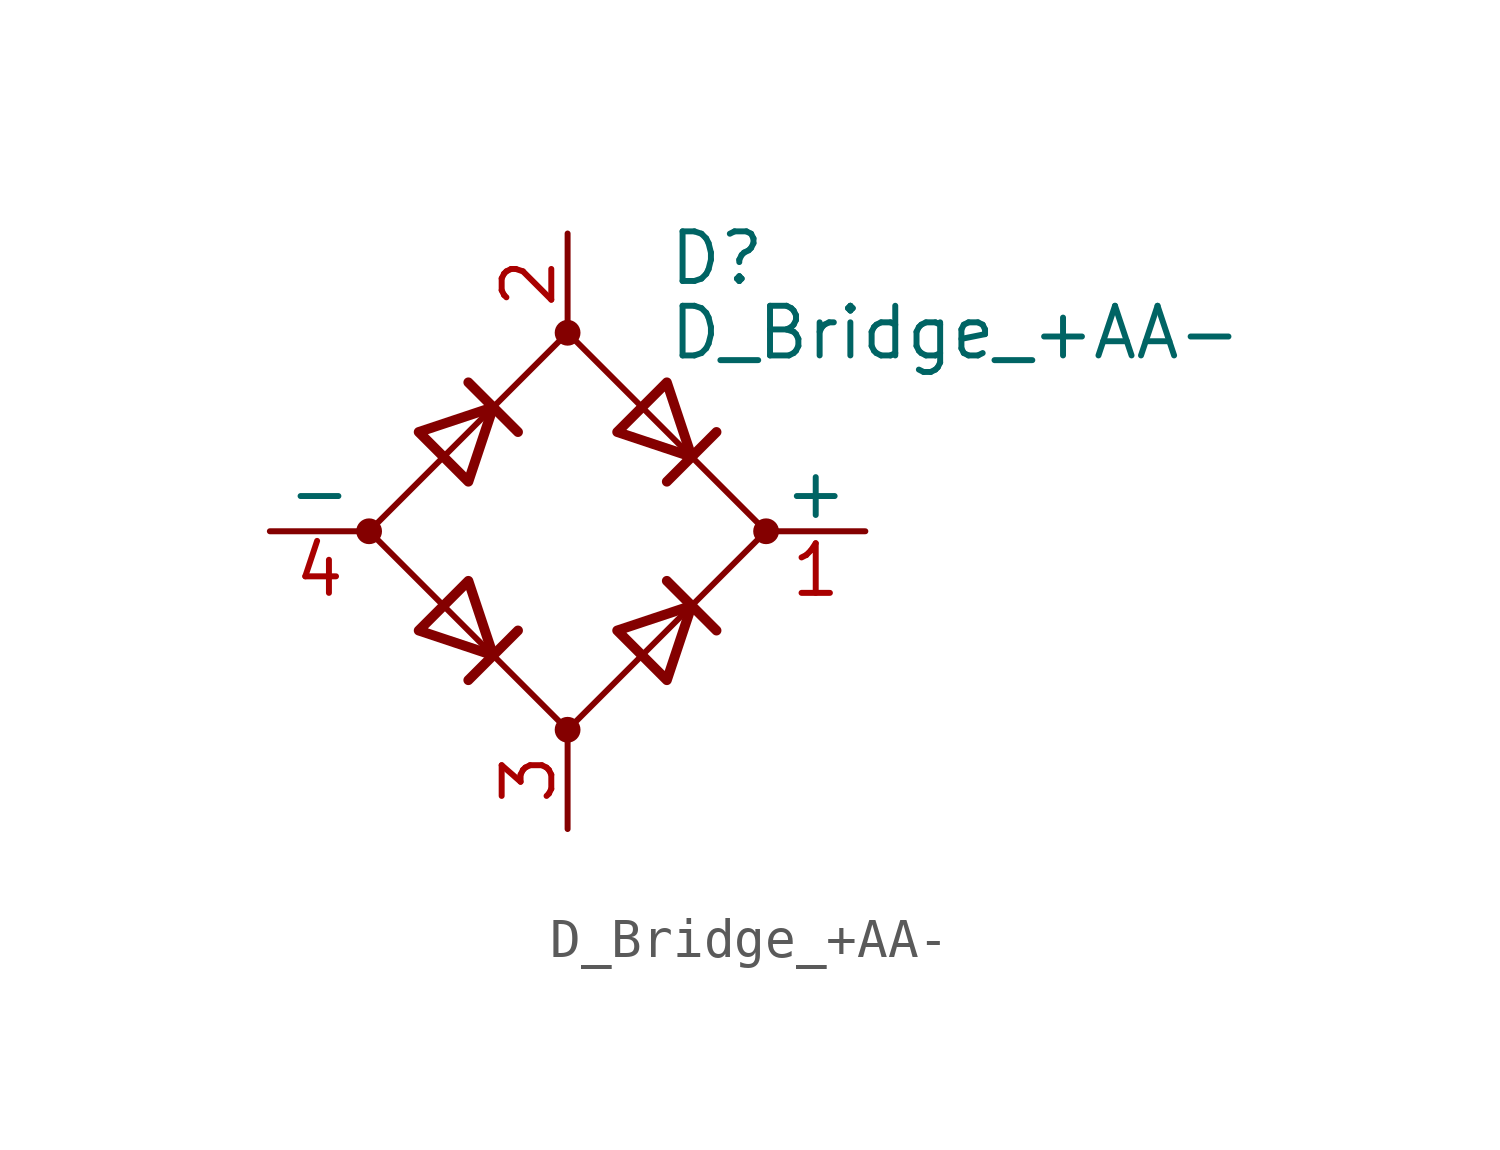
<source format=kicad_sym>
(kicad_symbol_lib
  (version 20211014)
  (generator kicad_symbol_editor)
  (symbol "D_Bridge_+AA-"
    (pin_names
      (offset 0))
    (property "Reference" "D"
      (at 2.54 6.985 0)
      (effects (font (size 1.27 1.27)) (justify left)))
    (property "Value" "D_Bridge_+AA-"
      (at 2.54 5.08 0)
      (effects (font (size 1.27 1.27)) (justify left)))
    (symbol "D_Bridge_+AA-_0_1"
      (circle (center -5.08 0) (radius 0.254) (stroke (width 0) (type default) (color 0 0 0 0)) (fill (type outline)))
      (circle (center 0 -5.08) (radius 0.254) (stroke (width 0) (type default) (color 0 0 0 0)) (fill (type outline)))
      (polyline (pts (xy -2.54 3.81) (xy -1.27 2.54)) (stroke (width 0.254) (type default) (color 0 0 0 0)) (fill (type none)))
      (polyline (pts (xy -1.27 -2.54) (xy -2.54 -3.81)) (stroke (width 0.254) (type default) (color 0 0 0 0)) (fill (type none)))
      (polyline (pts (xy 2.54 -1.27) (xy 3.81 -2.54)) (stroke (width 0.254) (type default) (color 0 0 0 0)) (fill (type none)))
      (polyline (pts (xy 2.54 1.27) (xy 3.81 2.54)) (stroke (width 0.254) (type default) (color 0 0 0 0)) (fill (type none)))
      (polyline (pts (xy -3.81 2.54) (xy -2.54 1.27) (xy -1.905 3.175) (xy -3.81 2.54)) (stroke (width 0.254) (type default) (color 0 0 0 0)) (fill (type none)))
      (polyline (pts (xy -2.54 -1.27) (xy -3.81 -2.54) (xy -1.905 -3.175) (xy -2.54 -1.27)) (stroke (width 0.254) (type default) (color 0 0 0 0)) (fill (type none)))
      (polyline (pts (xy 1.27 2.54) (xy 2.54 3.81) (xy 3.175 1.905) (xy 1.27 2.54)) (stroke (width 0.254) (type default) (color 0 0 0 0)) (fill (type none)))
      (polyline (pts (xy 3.175 -1.905) (xy 1.27 -2.54) (xy 2.54 -3.81) (xy 3.175 -1.905)) (stroke (width 0.254) (type default) (color 0 0 0 0)) (fill (type none)))
      (polyline (pts (xy -5.08 0) (xy 0 -5.08) (xy 5.08 0) (xy 0 5.08) (xy -5.08 0)) (stroke (width 0) (type default) (color 0 0 0 0)) (fill (type none)))
      (circle (center 0 5.08) (radius 0.254) (stroke (width 0) (type default) (color 0 0 0 0)) (fill (type outline)))
      (circle (center 5.08 0) (radius 0.254) (stroke (width 0) (type default) (color 0 0 0 0)) (fill (type outline))))
    (symbol "D_Bridge_+AA-_1_1"
      (pin passive line (at 7.62 0 180) (length 2.54) (name "+" (effects (font (size 1.27 1.27)))) (number "1" (effects (font (size 1.27 1.27)))))
      (pin passive line (at 0 7.62 270) (length 2.54) (name "~" (effects (font (size 1.27 1.27)))) (number "2" (effects (font (size 1.27 1.27)))))
      (pin passive line (at 0 -7.62 90) (length 2.54) (name "~" (effects (font (size 1.27 1.27)))) (number "3" (effects (font (size 1.27 1.27)))))
      (pin passive line (at -7.62 0 0) (length 2.54) (name "-" (effects (font (size 1.27 1.27)))) (number "4" (effects (font (size 1.27 1.27))))))))
</source>
